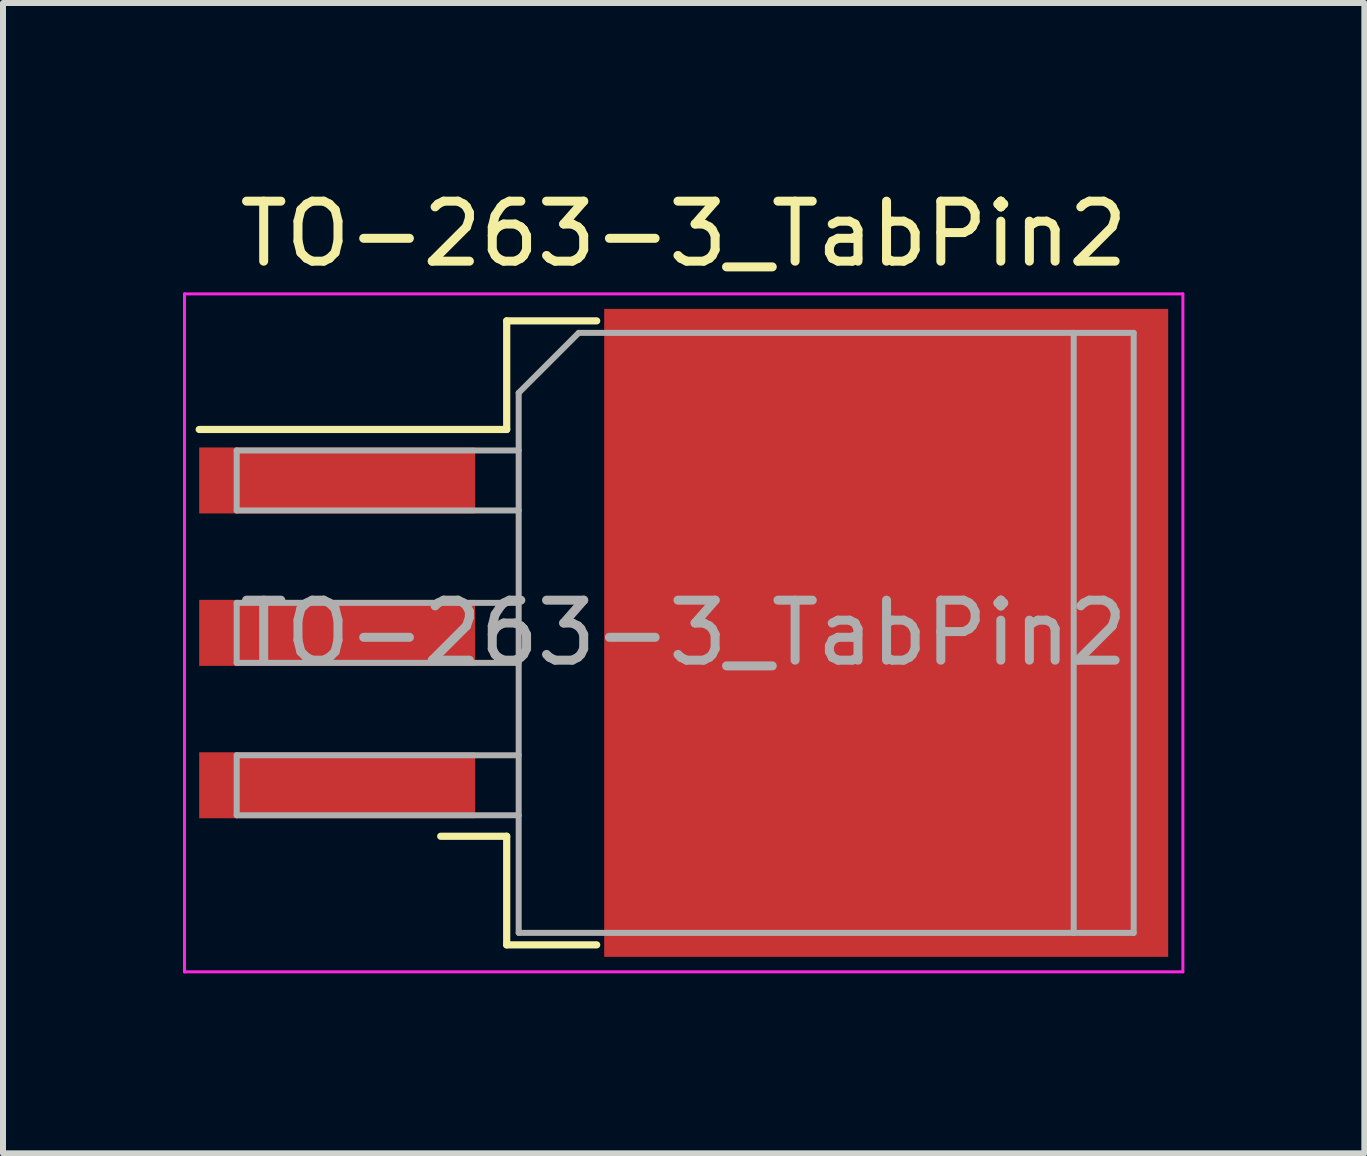
<source format=kicad_pcb>
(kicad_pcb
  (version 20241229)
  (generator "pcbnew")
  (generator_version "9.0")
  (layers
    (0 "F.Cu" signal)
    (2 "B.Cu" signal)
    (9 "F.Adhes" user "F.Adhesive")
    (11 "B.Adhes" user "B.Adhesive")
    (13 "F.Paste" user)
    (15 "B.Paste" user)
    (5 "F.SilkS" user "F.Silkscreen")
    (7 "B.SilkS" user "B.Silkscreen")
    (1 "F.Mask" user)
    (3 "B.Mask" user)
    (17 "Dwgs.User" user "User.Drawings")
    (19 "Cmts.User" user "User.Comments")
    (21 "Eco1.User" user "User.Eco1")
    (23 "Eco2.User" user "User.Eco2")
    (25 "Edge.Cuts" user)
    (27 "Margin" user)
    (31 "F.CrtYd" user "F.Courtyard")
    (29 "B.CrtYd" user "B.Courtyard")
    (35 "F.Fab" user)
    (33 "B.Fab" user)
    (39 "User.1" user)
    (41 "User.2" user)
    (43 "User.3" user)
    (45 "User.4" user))
  (footprint "TO-263-3_TabPin2"
    (layer "F.Cu")
    (at 8.345 7.498)
    (property "Reference" "TO-263-3_TabPin2" (at 0 -6.65 0) (layer "F.SilkS") (effects (font (size 1 1) (thickness 0.15))))
    (attr smd)
    (fp_line (start -2.95 -5.2) (end -2.95 -3.39) (stroke (width 0.12) (type solid)) (layer "F.SilkS"))
    (fp_line (start -2.95 -3.39) (end -8.075 -3.39) (stroke (width 0.12) (type solid)) (layer "F.SilkS"))
    (fp_line (start -2.95 3.39) (end -4.05 3.39) (stroke (width 0.12) (type solid)) (layer "F.SilkS"))
    (fp_line (start -2.95 5.2) (end -2.95 3.39) (stroke (width 0.12) (type solid)) (layer "F.SilkS"))
    (fp_line (start -1.45 -5.2) (end -2.95 -5.2) (stroke (width 0.12) (type solid)) (layer "F.SilkS"))
    (fp_line (start -1.45 5.2) (end -2.95 5.2) (stroke (width 0.12) (type solid)) (layer "F.SilkS"))
    (fp_line (start -8.32 -5.65) (end -8.32 5.65) (stroke (width 0.05) (type solid)) (layer "F.CrtYd"))
    (fp_line (start -8.32 5.65) (end 8.32 5.65) (stroke (width 0.05) (type solid)) (layer "F.CrtYd"))
    (fp_line (start 8.32 -5.65) (end -8.32 -5.65) (stroke (width 0.05) (type solid)) (layer "F.CrtYd"))
    (fp_line (start 8.32 5.65) (end 8.32 -5.65) (stroke (width 0.05) (type solid)) (layer "F.CrtYd"))
    (fp_line (start -7.45 -3.04) (end -7.45 -2.04) (stroke (width 0.1) (type solid)) (layer "F.Fab"))
    (fp_line (start -7.45 -2.04) (end -2.75 -2.04) (stroke (width 0.1) (type solid)) (layer "F.Fab"))
    (fp_line (start -7.45 -0.5) (end -7.45 0.5) (stroke (width 0.1) (type solid)) (layer "F.Fab"))
    (fp_line (start -7.45 0.5) (end -2.75 0.5) (stroke (width 0.1) (type solid)) (layer "F.Fab"))
    (fp_line (start -7.45 2.04) (end -7.45 3.04) (stroke (width 0.1) (type solid)) (layer "F.Fab"))
    (fp_line (start -7.45 3.04) (end -2.75 3.04) (stroke (width 0.1) (type solid)) (layer "F.Fab"))
    (fp_line (start -2.75 -4) (end -1.75 -5) (stroke (width 0.1) (type solid)) (layer "F.Fab"))
    (fp_line (start -2.75 -3.04) (end -7.45 -3.04) (stroke (width 0.1) (type solid)) (layer "F.Fab"))
    (fp_line (start -2.75 -0.5) (end -7.45 -0.5) (stroke (width 0.1) (type solid)) (layer "F.Fab"))
    (fp_line (start -2.75 2.04) (end -7.45 2.04) (stroke (width 0.1) (type solid)) (layer "F.Fab"))
    (fp_line (start -2.75 5) (end -2.75 -4) (stroke (width 0.1) (type solid)) (layer "F.Fab"))
    (fp_line (start -1.75 -5) (end 6.5 -5) (stroke (width 0.1) (type solid)) (layer "F.Fab"))
    (fp_line (start 6.5 -5) (end 6.5 5) (stroke (width 0.1) (type solid)) (layer "F.Fab"))
    (fp_line (start 6.5 -5) (end 7.5 -5) (stroke (width 0.1) (type solid)) (layer "F.Fab"))
    (fp_line (start 6.5 5) (end -2.75 5) (stroke (width 0.1) (type solid)) (layer "F.Fab"))
    (fp_line (start 7.5 -5) (end 7.5 5) (stroke (width 0.1) (type solid)) (layer "F.Fab"))
    (fp_line (start 7.5 5) (end 6.5 5) (stroke (width 0.1) (type solid)) (layer "F.Fab"))
    (fp_text user "${REFERENCE}" (at 0 0 0) (layer "F.Fab") (effects (font (size 1 1) (thickness 0.15))))
    (pad "" smd rect (at 0.95 -2.775 180) (size 4.55 5.25) (layers "F.Paste"))
    (pad "" smd rect (at 0.95 2.775 180) (size 4.55 5.25) (layers "F.Paste"))
    (pad "" smd rect (at 5.8 -2.775 180) (size 4.55 5.25) (layers "F.Paste"))
    (pad "" smd rect (at 5.8 2.775 180) (size 4.55 5.25) (layers "F.Paste"))
    (pad "1" smd rect (at -5.775 -2.54 180) (size 4.6 1.1) (layers "F.Cu" "F.Mask" "F.Paste"))
    (pad "2" smd rect (at -5.775 0 180) (size 4.6 1.1) (layers "F.Cu" "F.Mask" "F.Paste"))
    (pad "2" smd rect (at 3.375 0 180) (size 9.4 10.8) (layers "F.Cu" "F.Mask"))
    (pad "3" smd rect (at -5.775 2.54 180) (size 4.6 1.1) (layers "F.Cu" "F.Mask" "F.Paste")))
  (gr_rect
    (start -3 -3)
    (end 19.69 16.173)
    (stroke (width 0.1) (type default))
    (fill no)
    (layer "Edge.Cuts")))
</source>
